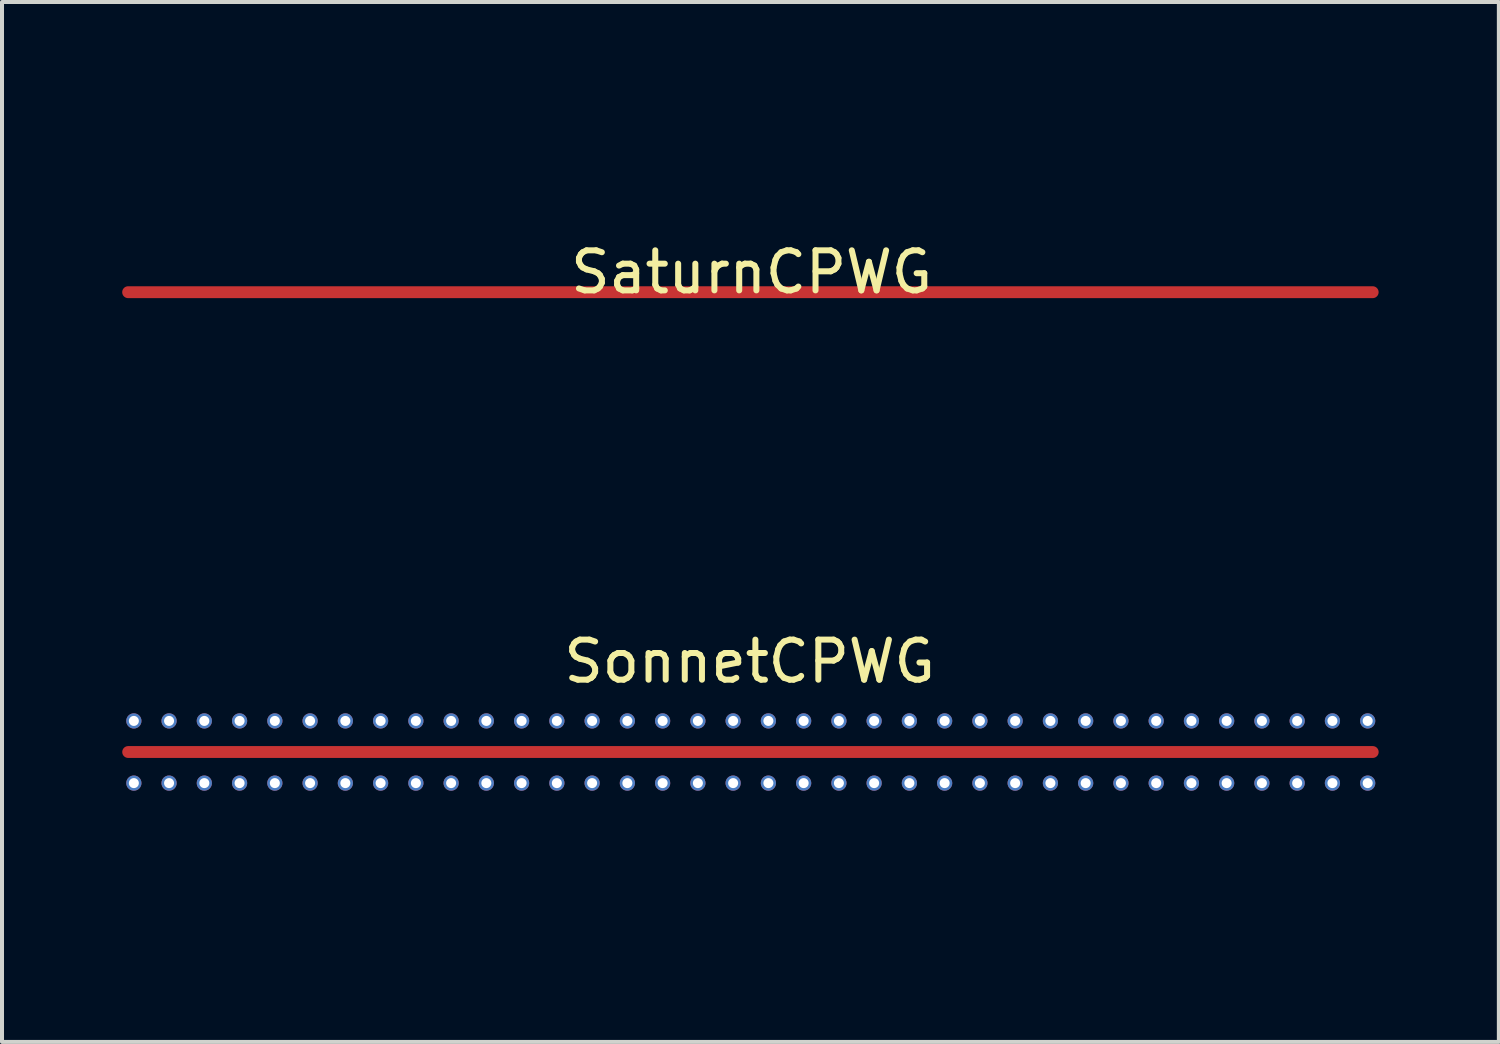
<source format=kicad_pcb>
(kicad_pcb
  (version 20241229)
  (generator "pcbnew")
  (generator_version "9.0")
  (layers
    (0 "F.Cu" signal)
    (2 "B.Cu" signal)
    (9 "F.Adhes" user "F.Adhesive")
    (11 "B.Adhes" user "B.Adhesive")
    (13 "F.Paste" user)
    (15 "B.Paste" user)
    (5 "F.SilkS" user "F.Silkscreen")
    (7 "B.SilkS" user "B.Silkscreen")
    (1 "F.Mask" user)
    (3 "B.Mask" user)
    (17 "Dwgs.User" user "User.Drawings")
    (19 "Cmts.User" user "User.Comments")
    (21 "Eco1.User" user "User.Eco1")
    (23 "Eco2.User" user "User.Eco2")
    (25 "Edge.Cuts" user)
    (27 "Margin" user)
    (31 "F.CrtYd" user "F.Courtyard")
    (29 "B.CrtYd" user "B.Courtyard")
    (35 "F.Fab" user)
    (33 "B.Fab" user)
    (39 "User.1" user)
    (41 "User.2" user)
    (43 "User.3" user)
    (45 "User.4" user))
  (footprint "SaturnCPWG"
    (layer "F.Cu")
    (at 15.71 4.243)
    (property "Reference" "SaturnCPWG" (at 0 -0.5 0) (unlocked yes) (layer "F.SilkS") (effects (font (size 1 1) (thickness 0.15))))
    (fp_rect (start -15.71 -4.242) (end 15.65 -0.242) (stroke (width 0.001) (type solid)) (fill no) (layer "F.Fab"))
    (fp_rect (start -15.71 0.241) (end 15.65 4.242) (stroke (width 0.001) (type solid)) (fill no) (layer "F.Fab"))
    (pad "1" smd oval (at -0.03 0) (size 31.36 0.297) (layers "F.Cu" "F.Mask" "F.Paste")))
  (footprint "SonnetCPWG"
    (layer "F.Cu")
    (at 15.661 15.72)
    (property "Reference" "SonnetCPWG" (at 0 -2.26 0) (unlocked yes) (layer "F.SilkS") (effects (font (size 1 1) (thickness 0.15))))
    (fp_rect (start -15.66 -0.235) (end 15.7 -4.235) (stroke (width 0.001) (type solid)) (fill no) (layer "F.Fab"))
    (fp_rect (start -15.66 4.235) (end 15.7 0.235) (stroke (width 0.001) (type solid)) (fill no) (layer "F.Fab"))
    (pad "1" smd oval (at 0.02 0) (size 31.36 0.296) (layers "F.Cu" "F.Mask" "F.Paste"))
    (pad "2" thru_hole circle (at -15.37 -0.776) (size 0.38 0.38) (drill 0.25) (layers "*.Cu" "*.Mask"))
    (pad "2" thru_hole circle (at -15.37 0.776) (size 0.38 0.38) (drill 0.25) (layers "*.Cu" "*.Mask"))
    (pad "2" thru_hole circle (at -14.491 -0.776) (size 0.38 0.38) (drill 0.25) (layers "*.Cu" "*.Mask"))
    (pad "2" thru_hole circle (at -14.491 0.776) (size 0.38 0.38) (drill 0.25) (layers "*.Cu" "*.Mask"))
    (pad "2" thru_hole circle (at -13.611 -0.776) (size 0.38 0.38) (drill 0.25) (layers "*.Cu" "*.Mask"))
    (pad "2" thru_hole circle (at -13.611 0.776) (size 0.38 0.38) (drill 0.25) (layers "*.Cu" "*.Mask"))
    (pad "2" thru_hole circle (at -12.731 -0.776) (size 0.38 0.38) (drill 0.25) (layers "*.Cu" "*.Mask"))
    (pad "2" thru_hole circle (at -12.731 0.776) (size 0.38 0.38) (drill 0.25) (layers "*.Cu" "*.Mask"))
    (pad "2" thru_hole circle (at -11.851 -0.776) (size 0.38 0.38) (drill 0.25) (layers "*.Cu" "*.Mask"))
    (pad "2" thru_hole circle (at -11.851 0.776) (size 0.38 0.38) (drill 0.25) (layers "*.Cu" "*.Mask"))
    (pad "2" thru_hole circle (at -10.971 -0.776) (size 0.38 0.38) (drill 0.25) (layers "*.Cu" "*.Mask"))
    (pad "2" thru_hole circle (at -10.971 0.776) (size 0.38 0.38) (drill 0.25) (layers "*.Cu" "*.Mask"))
    (pad "2" thru_hole circle (at -10.091 -0.776) (size 0.38 0.38) (drill 0.25) (layers "*.Cu" "*.Mask"))
    (pad "2" thru_hole circle (at -10.091 0.776) (size 0.38 0.38) (drill 0.25) (layers "*.Cu" "*.Mask"))
    (pad "2" thru_hole circle (at -9.211 -0.776) (size 0.38 0.38) (drill 0.25) (layers "*.Cu" "*.Mask"))
    (pad "2" thru_hole circle (at -9.211 0.776) (size 0.38 0.38) (drill 0.25) (layers "*.Cu" "*.Mask"))
    (pad "2" thru_hole circle (at -8.331 -0.776) (size 0.38 0.38) (drill 0.25) (layers "*.Cu" "*.Mask"))
    (pad "2" thru_hole circle (at -8.331 0.776) (size 0.38 0.38) (drill 0.25) (layers "*.Cu" "*.Mask"))
    (pad "2" thru_hole circle (at -7.451 -0.776) (size 0.38 0.38) (drill 0.25) (layers "*.Cu" "*.Mask"))
    (pad "2" thru_hole circle (at -7.451 0.776) (size 0.38 0.38) (drill 0.25) (layers "*.Cu" "*.Mask"))
    (pad "2" thru_hole circle (at -6.572 -0.776) (size 0.38 0.38) (drill 0.25) (layers "*.Cu" "*.Mask"))
    (pad "2" thru_hole circle (at -6.572 0.776) (size 0.38 0.38) (drill 0.25) (layers "*.Cu" "*.Mask"))
    (pad "2" thru_hole circle (at -5.692 -0.776) (size 0.38 0.38) (drill 0.25) (layers "*.Cu" "*.Mask"))
    (pad "2" thru_hole circle (at -5.692 0.776) (size 0.38 0.38) (drill 0.25) (layers "*.Cu" "*.Mask"))
    (pad "2" thru_hole circle (at -4.812 -0.776) (size 0.38 0.38) (drill 0.25) (layers "*.Cu" "*.Mask"))
    (pad "2" thru_hole circle (at -4.812 0.776) (size 0.38 0.38) (drill 0.25) (layers "*.Cu" "*.Mask"))
    (pad "2" thru_hole circle (at -3.932 -0.776) (size 0.38 0.38) (drill 0.25) (layers "*.Cu" "*.Mask"))
    (pad "2" thru_hole circle (at -3.932 0.776) (size 0.38 0.38) (drill 0.25) (layers "*.Cu" "*.Mask"))
    (pad "2" thru_hole circle (at -3.052 -0.776) (size 0.38 0.38) (drill 0.25) (layers "*.Cu" "*.Mask"))
    (pad "2" thru_hole circle (at -3.052 0.776) (size 0.38 0.38) (drill 0.25) (layers "*.Cu" "*.Mask"))
    (pad "2" thru_hole circle (at -2.172 -0.776) (size 0.38 0.38) (drill 0.25) (layers "*.Cu" "*.Mask"))
    (pad "2" thru_hole circle (at -2.172 0.776) (size 0.38 0.38) (drill 0.25) (layers "*.Cu" "*.Mask"))
    (pad "2" thru_hole circle (at -1.292 -0.776) (size 0.38 0.38) (drill 0.25) (layers "*.Cu" "*.Mask"))
    (pad "2" thru_hole circle (at -1.292 0.776) (size 0.38 0.38) (drill 0.25) (layers "*.Cu" "*.Mask"))
    (pad "2" thru_hole circle (at -0.412 -0.776) (size 0.38 0.38) (drill 0.25) (layers "*.Cu" "*.Mask"))
    (pad "2" thru_hole circle (at -0.412 0.776) (size 0.38 0.38) (drill 0.25) (layers "*.Cu" "*.Mask"))
    (pad "2" thru_hole circle (at 0.468 -0.776) (size 0.38 0.38) (drill 0.25) (layers "*.Cu" "*.Mask"))
    (pad "2" thru_hole circle (at 0.468 0.776) (size 0.38 0.38) (drill 0.25) (layers "*.Cu" "*.Mask"))
    (pad "2" thru_hole circle (at 1.348 -0.776) (size 0.38 0.38) (drill 0.25) (layers "*.Cu" "*.Mask"))
    (pad "2" thru_hole circle (at 1.348 0.776) (size 0.38 0.38) (drill 0.25) (layers "*.Cu" "*.Mask"))
    (pad "2" thru_hole circle (at 2.228 -0.776) (size 0.38 0.38) (drill 0.25) (layers "*.Cu" "*.Mask"))
    (pad "2" thru_hole circle (at 2.228 0.776) (size 0.38 0.38) (drill 0.25) (layers "*.Cu" "*.Mask"))
    (pad "2" thru_hole circle (at 3.107 -0.776) (size 0.38 0.38) (drill 0.25) (layers "*.Cu" "*.Mask"))
    (pad "2" thru_hole circle (at 3.107 0.776) (size 0.38 0.38) (drill 0.25) (layers "*.Cu" "*.Mask"))
    (pad "2" thru_hole circle (at 3.987 -0.776) (size 0.38 0.38) (drill 0.25) (layers "*.Cu" "*.Mask"))
    (pad "2" thru_hole circle (at 3.987 0.776) (size 0.38 0.38) (drill 0.25) (layers "*.Cu" "*.Mask"))
    (pad "2" thru_hole circle (at 4.867 -0.776) (size 0.38 0.38) (drill 0.25) (layers "*.Cu" "*.Mask"))
    (pad "2" thru_hole circle (at 4.867 0.776) (size 0.38 0.38) (drill 0.25) (layers "*.Cu" "*.Mask"))
    (pad "2" thru_hole circle (at 5.747 -0.776) (size 0.38 0.38) (drill 0.25) (layers "*.Cu" "*.Mask"))
    (pad "2" thru_hole circle (at 5.747 0.776) (size 0.38 0.38) (drill 0.25) (layers "*.Cu" "*.Mask"))
    (pad "2" thru_hole circle (at 6.627 -0.776) (size 0.38 0.38) (drill 0.25) (layers "*.Cu" "*.Mask"))
    (pad "2" thru_hole circle (at 6.627 0.776) (size 0.38 0.38) (drill 0.25) (layers "*.Cu" "*.Mask"))
    (pad "2" thru_hole circle (at 7.507 -0.776) (size 0.38 0.38) (drill 0.25) (layers "*.Cu" "*.Mask"))
    (pad "2" thru_hole circle (at 7.507 0.776) (size 0.38 0.38) (drill 0.25) (layers "*.Cu" "*.Mask"))
    (pad "2" thru_hole circle (at 8.387 -0.776) (size 0.38 0.38) (drill 0.25) (layers "*.Cu" "*.Mask"))
    (pad "2" thru_hole circle (at 8.387 0.776) (size 0.38 0.38) (drill 0.25) (layers "*.Cu" "*.Mask"))
    (pad "2" thru_hole circle (at 9.267 -0.776) (size 0.38 0.38) (drill 0.25) (layers "*.Cu" "*.Mask"))
    (pad "2" thru_hole circle (at 9.267 0.776) (size 0.38 0.38) (drill 0.25) (layers "*.Cu" "*.Mask"))
    (pad "2" thru_hole circle (at 10.147 -0.776) (size 0.38 0.38) (drill 0.25) (layers "*.Cu" "*.Mask"))
    (pad "2" thru_hole circle (at 10.147 0.776) (size 0.38 0.38) (drill 0.25) (layers "*.Cu" "*.Mask"))
    (pad "2" thru_hole circle (at 11.027 -0.776) (size 0.38 0.38) (drill 0.25) (layers "*.Cu" "*.Mask"))
    (pad "2" thru_hole circle (at 11.027 0.776) (size 0.38 0.38) (drill 0.25) (layers "*.Cu" "*.Mask"))
    (pad "2" thru_hole circle (at 11.906 -0.776) (size 0.38 0.38) (drill 0.25) (layers "*.Cu" "*.Mask"))
    (pad "2" thru_hole circle (at 11.906 0.776) (size 0.38 0.38) (drill 0.25) (layers "*.Cu" "*.Mask"))
    (pad "2" thru_hole circle (at 12.786 -0.776) (size 0.38 0.38) (drill 0.25) (layers "*.Cu" "*.Mask"))
    (pad "2" thru_hole circle (at 12.786 0.776) (size 0.38 0.38) (drill 0.25) (layers "*.Cu" "*.Mask"))
    (pad "2" thru_hole circle (at 13.666 -0.776) (size 0.38 0.38) (drill 0.25) (layers "*.Cu" "*.Mask"))
    (pad "2" thru_hole circle (at 13.666 0.776) (size 0.38 0.38) (drill 0.25) (layers "*.Cu" "*.Mask"))
    (pad "2" thru_hole circle (at 14.546 -0.776) (size 0.38 0.38) (drill 0.25) (layers "*.Cu" "*.Mask"))
    (pad "2" thru_hole circle (at 14.546 0.776) (size 0.38 0.38) (drill 0.25) (layers "*.Cu" "*.Mask"))
    (pad "2" thru_hole circle (at 15.426 -0.776) (size 0.38 0.38) (drill 0.25) (layers "*.Cu" "*.Mask"))
    (pad "2" thru_hole circle (at 15.426 0.776) (size 0.38 0.38) (drill 0.25) (layers "*.Cu" "*.Mask")))
  (gr_rect
    (start -3 -3)
    (end 34.361 22.956)
    (stroke (width 0.1) (type default))
    (fill no)
    (layer "Edge.Cuts")))
</source>
